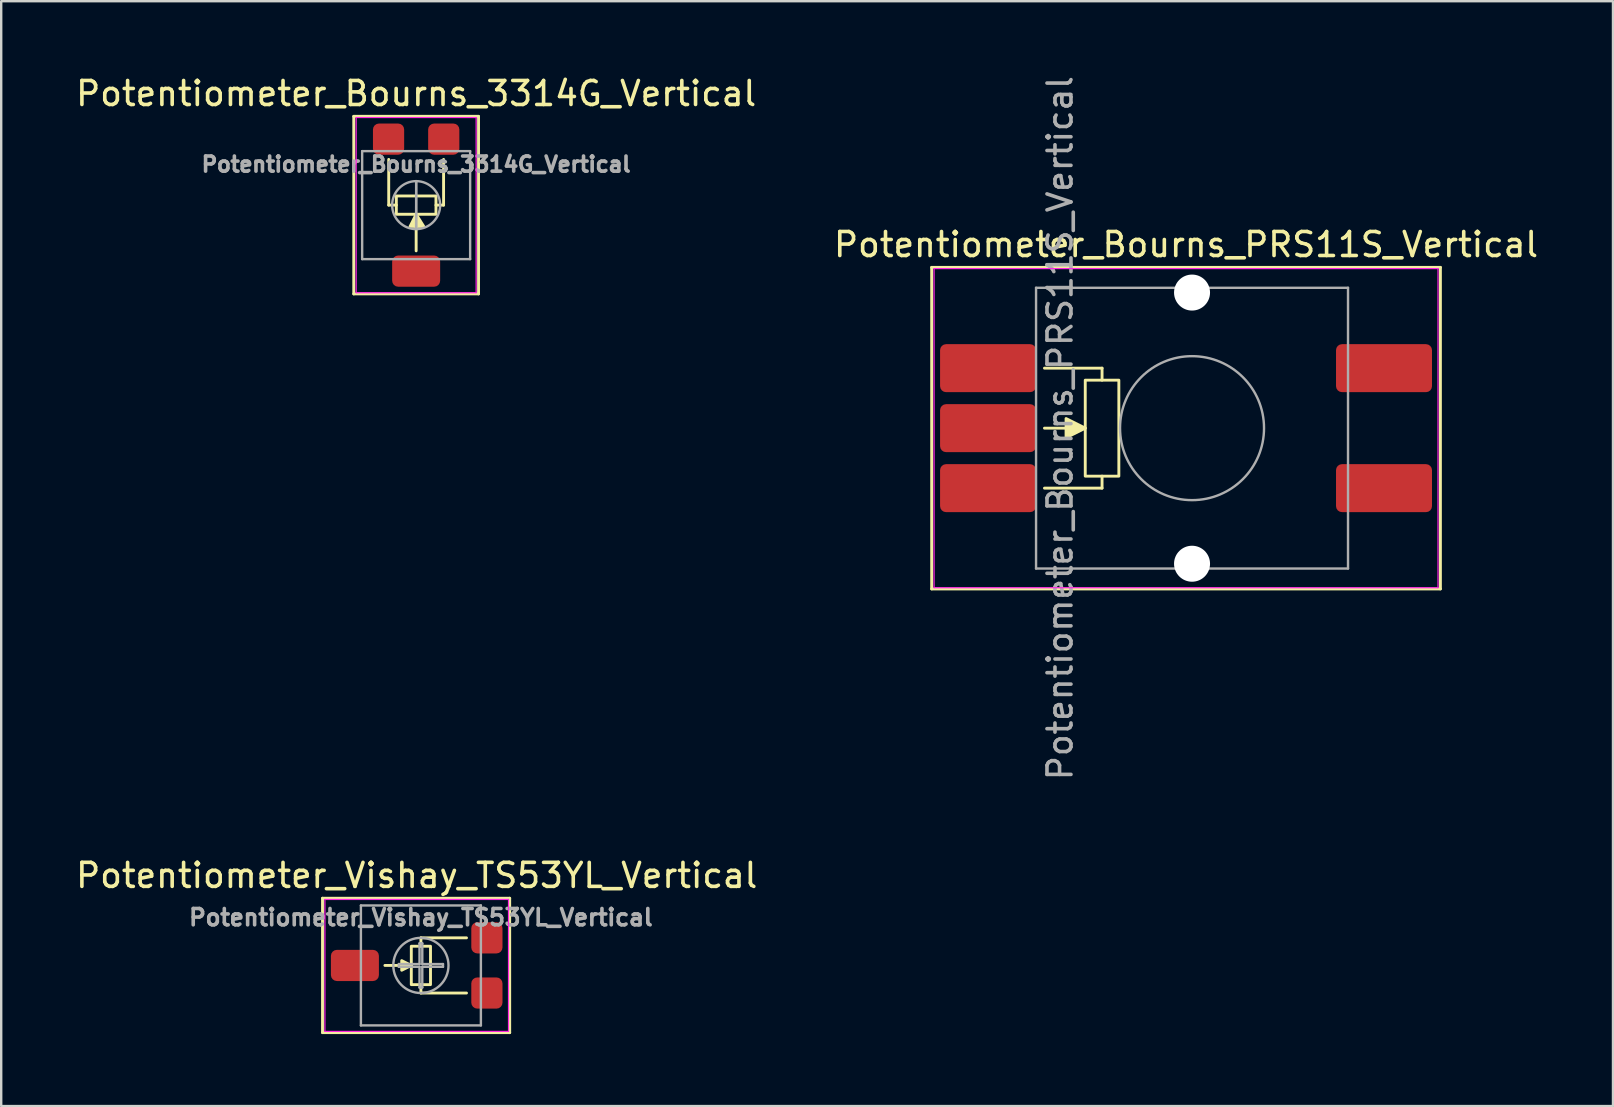
<source format=kicad_pcb>
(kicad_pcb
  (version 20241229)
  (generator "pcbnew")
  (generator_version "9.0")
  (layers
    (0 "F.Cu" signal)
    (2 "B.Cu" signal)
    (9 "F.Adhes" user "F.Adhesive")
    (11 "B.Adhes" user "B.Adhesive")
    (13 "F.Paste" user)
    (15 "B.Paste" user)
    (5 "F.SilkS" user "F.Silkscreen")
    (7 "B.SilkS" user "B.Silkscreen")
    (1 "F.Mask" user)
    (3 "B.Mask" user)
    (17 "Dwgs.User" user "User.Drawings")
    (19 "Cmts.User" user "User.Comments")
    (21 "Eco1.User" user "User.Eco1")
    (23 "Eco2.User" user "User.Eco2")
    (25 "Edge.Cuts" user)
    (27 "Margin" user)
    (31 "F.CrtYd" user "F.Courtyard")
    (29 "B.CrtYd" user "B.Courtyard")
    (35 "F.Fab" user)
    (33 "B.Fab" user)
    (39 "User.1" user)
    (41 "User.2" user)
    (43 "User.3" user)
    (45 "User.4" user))
  (footprint "Potentiometer_Bourns_PRS11S_Vertical"
    (layer "F.Cu")
    (at 46.375 14.792)
    (property "Reference" "Potentiometer_Bourns_PRS11S_Vertical" (at 0 -7.65 0) (layer "F.SilkS") (effects (font (size 1 1) (thickness 0.15))))
    (attr smd)
    (fp_line (start -10.6 -6.7) (end -10.6 6.7) (stroke (width 0.12) (type solid)) (layer "F.SilkS"))
    (fp_line (start -10.6 6.7) (end 10.6 6.7) (stroke (width 0.12) (type solid)) (layer "F.SilkS"))
    (fp_line (start -5.9 0) (end -4.2 0) (stroke (width 0.12) (type solid)) (layer "F.SilkS"))
    (fp_line (start -3.5 -2.5) (end -5.9 -2.5) (stroke (width 0.12) (type solid)) (layer "F.SilkS"))
    (fp_line (start -3.5 -2) (end -3.5 -2.5) (stroke (width 0.12) (type solid)) (layer "F.SilkS"))
    (fp_line (start -3.5 2) (end -3.5 2.5) (stroke (width 0.12) (type solid)) (layer "F.SilkS"))
    (fp_line (start -3.5 2.5) (end -5.9 2.5) (stroke (width 0.12) (type solid)) (layer "F.SilkS"))
    (fp_line (start 10.6 -6.7) (end -10.6 -6.7) (stroke (width 0.12) (type solid)) (layer "F.SilkS"))
    (fp_line (start 10.6 6.7) (end 10.6 -6.7) (stroke (width 0.12) (type solid)) (layer "F.SilkS"))
    (fp_rect (start -4.2 -2) (end -2.8 2) (stroke (width 0.12) (type solid)) (fill no) (layer "F.SilkS"))
    (fp_poly (pts (xy -4.2 0) (xy -5 0.4) (xy -5 -0.4)) (stroke (width 0.12) (type solid)) (fill yes) (layer "F.SilkS"))
    (fp_line (start -10.5 -6.65) (end -10.5 6.65) (stroke (width 0.05) (type solid)) (layer "F.CrtYd"))
    (fp_line (start -10.5 6.65) (end 10.5 6.65) (stroke (width 0.05) (type solid)) (layer "F.CrtYd"))
    (fp_line (start 10.5 -6.65) (end -10.5 -6.65) (stroke (width 0.05) (type solid)) (layer "F.CrtYd"))
    (fp_line (start 10.5 6.65) (end 10.5 -6.65) (stroke (width 0.05) (type solid)) (layer "F.CrtYd"))
    (fp_line (start -6.25 -5.85) (end -6.25 5.85) (stroke (width 0.1) (type solid)) (layer "F.Fab"))
    (fp_line (start -6.25 5.85) (end 6.75 5.85) (stroke (width 0.1) (type solid)) (layer "F.Fab"))
    (fp_line (start 6.75 -5.85) (end -6.25 -5.85) (stroke (width 0.1) (type solid)) (layer "F.Fab"))
    (fp_line (start 6.75 5.85) (end 6.75 -5.85) (stroke (width 0.1) (type solid)) (layer "F.Fab"))
    (fp_circle (center 0.25 0) (end 3.25 0) (stroke (width 0.1) (type solid)) (fill no) (layer "F.Fab"))
    (fp_text user "${REFERENCE}" (at -5.25 0 90) (layer "F.Fab") (effects (font (size 1 1) (thickness 0.15))))
    (pad "" np_thru_hole circle (at 0.25 -5.65) (size 1.5 1.5) (drill 1.5) (layers "*.Cu" "*.Mask"))
    (pad "" np_thru_hole circle (at 0.25 5.65) (size 1.5 1.5) (drill 1.5) (layers "*.Cu" "*.Mask"))
    (pad "1" smd roundrect (at -8.25 -2.5) (size 4 2) (layers "F.Cu" "F.Mask" "F.Paste") (roundrect_rratio 0.125))
    (pad "2" smd roundrect (at -8.25 0) (size 4 2) (layers "F.Cu" "F.Mask" "F.Paste") (roundrect_rratio 0.125))
    (pad "3" smd roundrect (at -8.25 2.5) (size 4 2) (layers "F.Cu" "F.Mask" "F.Paste") (roundrect_rratio 0.125))
    (pad "4" smd roundrect (at 8.25 -2.5) (size 4 2) (layers "F.Cu" "F.Mask" "F.Paste") (roundrect_rratio 0.125))
    (pad "5" smd roundrect (at 8.25 2.5) (size 4 2) (layers "F.Cu" "F.Mask" "F.Paste") (roundrect_rratio 0.125)))
  (footprint "Potentiometer_Vishay_TS53YL_Vertical"
    (layer "F.Cu")
    (at 14.49 37.182)
    (property "Reference" "Potentiometer_Vishay_TS53YL_Vertical" (at -0.175 -3.75 0) (layer "F.SilkS") (effects (font (size 1 1) (thickness 0.15))))
    (attr smd)
    (fp_line (start -4.1 -2.8) (end 3.7 -2.8) (stroke (width 0.12) (type solid)) (layer "F.SilkS"))
    (fp_line (start -4.1 2.8) (end -4.1 -2.8) (stroke (width 0.12) (type solid)) (layer "F.SilkS"))
    (fp_line (start -0.4 0) (end -1.5 0) (stroke (width 0.12) (type solid)) (layer "F.SilkS"))
    (fp_line (start 0 -1.15) (end 1.9 -1.15) (stroke (width 0.12) (type solid)) (layer "F.SilkS"))
    (fp_line (start 0 -0.8) (end 0 -1.15) (stroke (width 0.12) (type solid)) (layer "F.SilkS"))
    (fp_line (start 0 0.8) (end 0 1.15) (stroke (width 0.12) (type solid)) (layer "F.SilkS"))
    (fp_line (start 0 1.15) (end 1.9 1.15) (stroke (width 0.12) (type solid)) (layer "F.SilkS"))
    (fp_line (start 3.7 -2.8) (end 3.7 2.8) (stroke (width 0.12) (type solid)) (layer "F.SilkS"))
    (fp_line (start 3.7 2.8) (end -4.1 2.8) (stroke (width 0.12) (type solid)) (layer "F.SilkS"))
    (fp_rect (start -0.4 -0.8) (end 0.4 0.8) (stroke (width 0.12) (type solid)) (fill no) (layer "F.SilkS"))
    (fp_poly (pts (xy -0.4 0) (xy -0.8 0.2) (xy -0.8 -0.2)) (stroke (width 0.12) (type solid)) (fill yes) (layer "F.SilkS"))
    (fp_line (start -4 -2.75) (end -4 2.75) (stroke (width 0.05) (type solid)) (layer "F.CrtYd"))
    (fp_line (start -4 2.75) (end 3.65 2.75) (stroke (width 0.05) (type solid)) (layer "F.CrtYd"))
    (fp_line (start 3.65 -2.75) (end -4 -2.75) (stroke (width 0.05) (type solid)) (layer "F.CrtYd"))
    (fp_line (start 3.65 2.75) (end 3.65 -2.75) (stroke (width 0.05) (type solid)) (layer "F.CrtYd"))
    (fp_line (start -2.5 -2.5) (end -2.5 2.5) (stroke (width 0.1) (type solid)) (layer "F.Fab"))
    (fp_line (start -2.5 2.5) (end 2.5 2.5) (stroke (width 0.1) (type solid)) (layer "F.Fab"))
    (fp_line (start -0.92 -0.058) (end -0.058 -0.058) (stroke (width 0.1) (type solid)) (layer "F.Fab"))
    (fp_line (start -0.92 0.058) (end -0.92 -0.058) (stroke (width 0.1) (type solid)) (layer "F.Fab"))
    (fp_line (start -0.058 -0.92) (end 0.058 -0.92) (stroke (width 0.1) (type solid)) (layer "F.Fab"))
    (fp_line (start -0.058 -0.058) (end -0.058 -0.92) (stroke (width 0.1) (type solid)) (layer "F.Fab"))
    (fp_line (start -0.058 0.058) (end -0.92 0.058) (stroke (width 0.1) (type solid)) (layer "F.Fab"))
    (fp_line (start -0.058 0.92) (end -0.058 0.058) (stroke (width 0.1) (type solid)) (layer "F.Fab"))
    (fp_line (start 0.058 -0.92) (end 0.058 -0.058) (stroke (width 0.1) (type solid)) (layer "F.Fab"))
    (fp_line (start 0.058 -0.058) (end 0.92 -0.058) (stroke (width 0.1) (type solid)) (layer "F.Fab"))
    (fp_line (start 0.058 0.058) (end 0.058 0.92) (stroke (width 0.1) (type solid)) (layer "F.Fab"))
    (fp_line (start 0.058 0.92) (end -0.058 0.92) (stroke (width 0.1) (type solid)) (layer "F.Fab"))
    (fp_line (start 0.92 -0.058) (end 0.92 0.058) (stroke (width 0.1) (type solid)) (layer "F.Fab"))
    (fp_line (start 0.92 0.058) (end 0.058 0.058) (stroke (width 0.1) (type solid)) (layer "F.Fab"))
    (fp_line (start 2.5 -2.5) (end -2.5 -2.5) (stroke (width 0.1) (type solid)) (layer "F.Fab"))
    (fp_line (start 2.5 2.5) (end 2.5 -2.5) (stroke (width 0.1) (type solid)) (layer "F.Fab"))
    (fp_circle (center 0 0) (end 1.15 0) (stroke (width 0.1) (type solid)) (fill no) (layer "F.Fab"))
    (fp_text user "${REFERENCE}" (at 0 -2 0) (layer "F.Fab") (effects (font (size 0.68 0.68) (thickness 0.15))))
    (pad "1" smd roundrect (at 2.75 -1.15) (size 1.3 1.3) (layers "F.Cu" "F.Mask" "F.Paste") (roundrect_rratio 0.192))
    (pad "2" smd roundrect (at -2.75 0) (size 2 1.3) (layers "F.Cu" "F.Mask" "F.Paste") (roundrect_rratio 0.192))
    (pad "3" smd roundrect (at 2.75 1.15) (size 1.3 1.3) (layers "F.Cu" "F.Mask" "F.Paste") (roundrect_rratio 0.192)))
  (footprint "Potentiometer_Bourns_3314G_Vertical"
    (layer "F.Cu")
    (at 14.292 5.498)
    (property "Reference" "Potentiometer_Bourns_3314G_Vertical" (at 0 -4.65 0) (layer "F.SilkS") (effects (font (size 1 1) (thickness 0.15))))
    (attr smd)
    (fp_line (start -2.6 -3.7) (end -2.6 3.7) (stroke (width 0.12) (type solid)) (layer "F.SilkS"))
    (fp_line (start -2.6 3.7) (end 2.6 3.7) (stroke (width 0.12) (type solid)) (layer "F.SilkS"))
    (fp_line (start -1.143 0) (end -1.143 -1.905) (stroke (width 0.12) (type solid)) (layer "F.SilkS"))
    (fp_line (start -0.826 0) (end -1.143 0) (stroke (width 0.12) (type solid)) (layer "F.SilkS"))
    (fp_line (start 0 0.381) (end 0 1.905) (stroke (width 0.12) (type solid)) (layer "F.SilkS"))
    (fp_line (start 1.143 -1.905) (end 1.143 0) (stroke (width 0.12) (type solid)) (layer "F.SilkS"))
    (fp_line (start 1.143 0) (end 0.826 0) (stroke (width 0.12) (type solid)) (layer "F.SilkS"))
    (fp_line (start 2.6 -3.7) (end -2.6 -3.7) (stroke (width 0.12) (type solid)) (layer "F.SilkS"))
    (fp_line (start 2.6 3.7) (end 2.6 -3.7) (stroke (width 0.12) (type solid)) (layer "F.SilkS"))
    (fp_rect (start -0.826 -0.381) (end 0.826 0.381) (stroke (width 0.12) (type solid)) (fill no) (layer "F.SilkS"))
    (fp_poly (pts (xy 0.318 0.889) (xy -0.254 0.889) (xy 0 0.381)) (stroke (width 0.12) (type solid)) (fill yes) (layer "F.SilkS"))
    (fp_line (start -2.5 -3.65) (end -2.5 3.65) (stroke (width 0.05) (type solid)) (layer "F.CrtYd"))
    (fp_line (start -2.5 3.65) (end 2.5 3.65) (stroke (width 0.05) (type solid)) (layer "F.CrtYd"))
    (fp_line (start 2.5 -3.65) (end -2.5 -3.65) (stroke (width 0.05) (type solid)) (layer "F.CrtYd"))
    (fp_line (start 2.5 3.65) (end 2.5 -3.65) (stroke (width 0.05) (type solid)) (layer "F.CrtYd"))
    (fp_line (start -2.25 -2.25) (end -2.25 2.25) (stroke (width 0.1) (type solid)) (layer "F.Fab"))
    (fp_line (start -2.25 2.25) (end 2.25 2.25) (stroke (width 0.1) (type solid)) (layer "F.Fab"))
    (fp_line (start 0 0.99) (end 0.001 -0.989) (stroke (width 0.1) (type solid)) (layer "F.Fab"))
    (fp_line (start 0 0.99) (end 0.001 -0.989) (stroke (width 0.1) (type solid)) (layer "F.Fab"))
    (fp_line (start 2.25 -2.25) (end -2.25 -2.25) (stroke (width 0.1) (type solid)) (layer "F.Fab"))
    (fp_line (start 2.25 2.25) (end 2.25 -2.25) (stroke (width 0.1) (type solid)) (layer "F.Fab"))
    (fp_circle (center 0 0) (end 1 0) (stroke (width 0.1) (type solid)) (fill no) (layer "F.Fab"))
    (fp_text user "${REFERENCE}" (at 0 -1.7 0) (layer "F.Fab") (effects (font (size 0.63 0.63) (thickness 0.15))))
    (pad "1" smd roundrect (at 1.15 -2.75) (size 1.3 1.3) (layers "F.Cu" "F.Mask" "F.Paste") (roundrect_rratio 0.192))
    (pad "2" smd roundrect (at 0 2.75) (size 2 1.3) (layers "F.Cu" "F.Mask" "F.Paste") (roundrect_rratio 0.192))
    (pad "3" smd roundrect (at -1.15 -2.75) (size 1.3 1.3) (layers "F.Cu" "F.Mask" "F.Paste") (roundrect_rratio 0.192)))
  (gr_rect
    (start -3 -3)
    (end 64.167 43.042)
    (stroke (width 0.1) (type default))
    (fill no)
    (layer "Edge.Cuts")))
</source>
